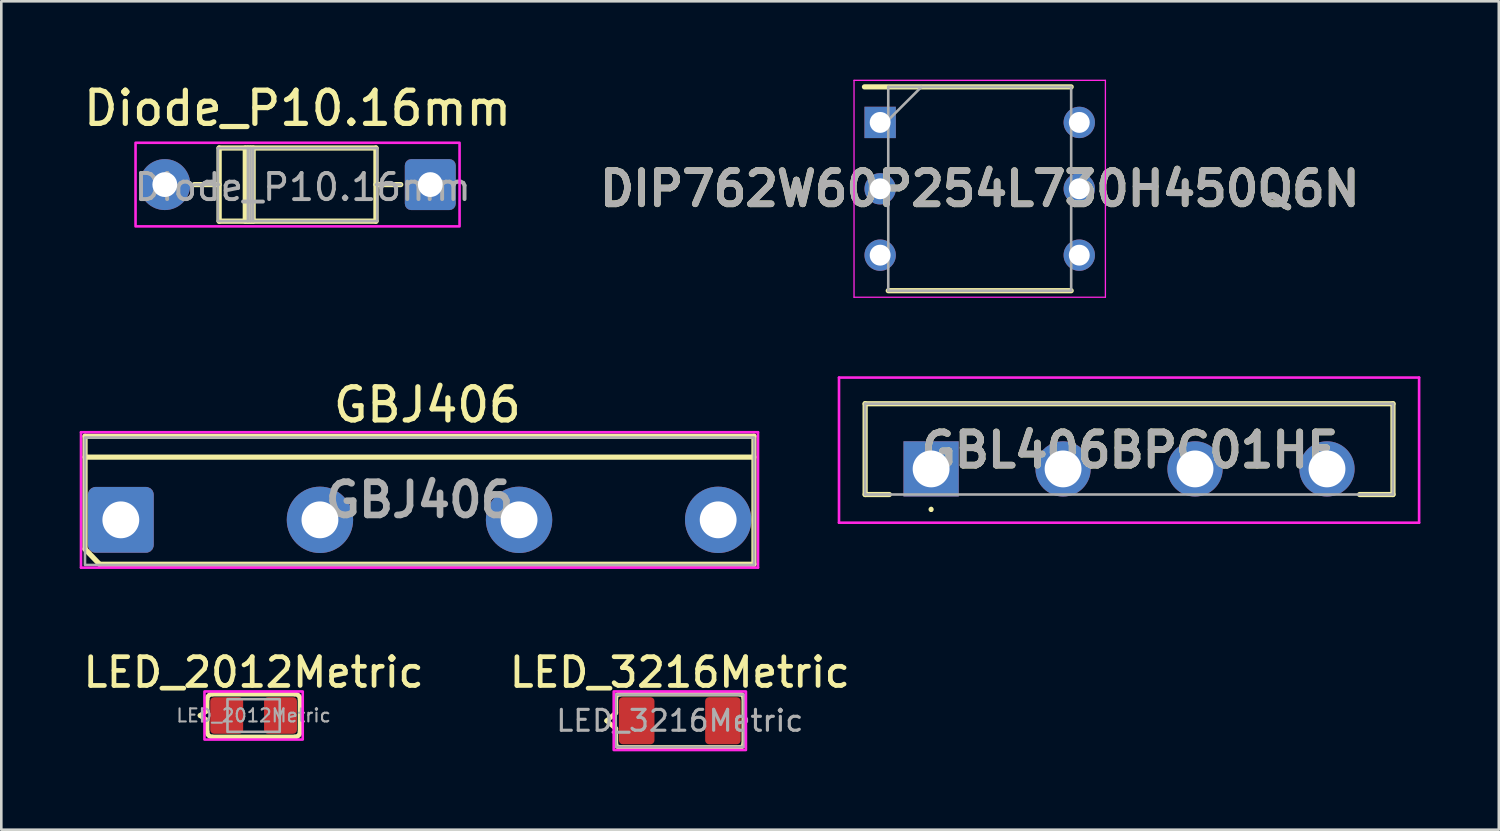
<source format=kicad_pcb>
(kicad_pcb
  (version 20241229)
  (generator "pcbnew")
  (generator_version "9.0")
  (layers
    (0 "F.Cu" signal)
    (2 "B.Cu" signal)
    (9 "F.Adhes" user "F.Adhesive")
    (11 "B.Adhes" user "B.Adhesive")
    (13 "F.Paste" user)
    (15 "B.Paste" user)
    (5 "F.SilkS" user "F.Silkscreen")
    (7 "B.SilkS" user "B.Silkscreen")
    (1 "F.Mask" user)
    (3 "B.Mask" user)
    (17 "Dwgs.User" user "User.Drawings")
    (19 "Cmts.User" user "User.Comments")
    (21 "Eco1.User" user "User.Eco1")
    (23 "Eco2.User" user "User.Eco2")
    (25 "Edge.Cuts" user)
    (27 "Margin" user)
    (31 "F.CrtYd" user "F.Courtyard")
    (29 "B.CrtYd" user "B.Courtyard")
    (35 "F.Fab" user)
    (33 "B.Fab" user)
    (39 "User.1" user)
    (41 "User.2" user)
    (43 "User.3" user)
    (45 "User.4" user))
  (footprint "DIP762W60P254L730H450Q6N"
    (layer "F.Cu")
    (at 34.443 4.175)
    (property "Reference" "DIP762W60P254L730H450Q6N" (at 0 0 0) (layer "F.SilkS") (effects (font (size 1.27 1.27) (thickness 0.254))))
    (attr through_hole)
    (fp_line (start -4.41 -3.9) (end 3.5 -3.9) (stroke (width 0.2) (type solid)) (layer "F.SilkS"))
    (fp_line (start -3.5 3.9) (end 3.5 3.9) (stroke (width 0.2) (type solid)) (layer "F.SilkS"))
    (fp_line (start -4.81 -4.15) (end 4.81 -4.15) (stroke (width 0.05) (type solid)) (layer "F.CrtYd"))
    (fp_line (start -4.81 4.15) (end -4.81 -4.15) (stroke (width 0.05) (type solid)) (layer "F.CrtYd"))
    (fp_line (start 4.81 -4.15) (end 4.81 4.15) (stroke (width 0.05) (type solid)) (layer "F.CrtYd"))
    (fp_line (start 4.81 4.15) (end -4.81 4.15) (stroke (width 0.05) (type solid)) (layer "F.CrtYd"))
    (fp_line (start -3.5 -3.9) (end 3.5 -3.9) (stroke (width 0.1) (type solid)) (layer "F.Fab"))
    (fp_line (start -3.5 -2.63) (end -2.23 -3.9) (stroke (width 0.1) (type solid)) (layer "F.Fab"))
    (fp_line (start -3.5 3.9) (end -3.5 -3.9) (stroke (width 0.1) (type solid)) (layer "F.Fab"))
    (fp_line (start 3.5 -3.9) (end 3.5 3.9) (stroke (width 0.1) (type solid)) (layer "F.Fab"))
    (fp_line (start 3.5 3.9) (end -3.5 3.9) (stroke (width 0.1) (type solid)) (layer "F.Fab"))
    (fp_text user "${REFERENCE}" (at 0 0 0) (layer "F.Fab") (effects (font (size 1.27 1.27) (thickness 0.254))))
    (pad "1" thru_hole rect (at -3.81 -2.54) (size 1.2 1.2) (drill 0.8) (layers "*.Cu" "*.Mask"))
    (pad "2" thru_hole circle (at -3.81 0) (size 1.2 1.2) (drill 0.8) (layers "*.Cu" "*.Mask"))
    (pad "3" thru_hole circle (at -3.81 2.54) (size 1.2 1.2) (drill 0.8) (layers "*.Cu" "*.Mask"))
    (pad "4" thru_hole circle (at 3.81 2.54) (size 1.2 1.2) (drill 0.8) (layers "*.Cu" "*.Mask"))
    (pad "5" thru_hole circle (at 3.81 0) (size 1.2 1.2) (drill 0.8) (layers "*.Cu" "*.Mask"))
    (pad "6" thru_hole circle (at 3.81 -2.54) (size 1.2 1.2) (drill 0.8) (layers "*.Cu" "*.Mask")))
  (footprint "LED_3216Metric"
    (layer "F.Cu")
    (at 22.966 24.532)
    (property "Reference" "LED_3216Metric" (at 0 -1.85 0) (layer "F.SilkS") (effects (font (size 1.1 1.1) (thickness 0.18) (bold yes))))
    (attr smd)
    (fp_line (start -2.8 0) (end -2.45 0.3) (stroke (width 0.18) (type solid)) (layer "F.SilkS"))
    (fp_line (start -2.45 -0.3) (end -2.8 0) (stroke (width 0.18) (type solid)) (layer "F.SilkS"))
    (fp_line (start -2.45 -0.3) (end -2.45 -0.87) (stroke (width 0.18) (type solid)) (layer "F.SilkS"))
    (fp_line (start -2.45 0.3) (end -2.45 0.87) (stroke (width 0.18) (type solid)) (layer "F.SilkS"))
    (fp_line (start -2.3 -1.02) (end 2.3 -1.02) (stroke (width 0.18) (type solid)) (layer "F.SilkS"))
    (fp_line (start -2.3 1.02) (end 2.3 1.02) (stroke (width 0.18) (type solid)) (layer "F.SilkS"))
    (fp_line (start 2.45 -0.87) (end 2.45 0.87) (stroke (width 0.18) (type solid)) (layer "F.SilkS"))
    (fp_arc (start -2.45 -0.87) (mid -2.406066 -0.976066) (end -2.3 -1.02) (stroke (width 0.18) (type solid)) (layer "F.SilkS"))
    (fp_arc (start -2.3 1.02) (mid -2.406066 0.976066) (end -2.45 0.87) (stroke (width 0.18) (type solid)) (layer "F.SilkS"))
    (fp_arc (start 2.3 -1.02) (mid 2.406066 -0.976066) (end 2.45 -0.87) (stroke (width 0.18) (type solid)) (layer "F.SilkS"))
    (fp_arc (start 2.45 0.87) (mid 2.406066 0.976066) (end 2.3 1.02) (stroke (width 0.18) (type solid)) (layer "F.SilkS"))
    (fp_rect (start -2.53 -1.12) (end 2.53 1.12) (stroke (width 0.1) (type solid)) (fill no) (layer "F.CrtYd"))
    (fp_rect (start -2.45 -1) (end 2.45 1) (stroke (width 0.1) (type solid)) (fill no) (layer "F.Fab"))
    (fp_text user "${REFERENCE}" (at 0 0 0) (layer "F.Fab") (effects (font (size 0.8 0.8) (thickness 0.12))))
    (pad "1" smd roundrect (at -1.65 0) (size 1.36 1.8) (layers "F.Cu" "F.Mask" "F.Paste") (roundrect_rratio 0.11))
    (pad "2" smd roundrect (at 1.65 0) (size 1.36 1.8) (layers "F.Cu" "F.Mask" "F.Paste") (roundrect_rratio 0.11)))
  (footprint "LED_2012Metric"
    (layer "F.Cu")
    (at 6.655 24.332)
    (property "Reference" "LED_2012Metric" (at 0 -1.65 0) (layer "F.SilkS") (effects (font (size 1.1 1.1) (thickness 0.18) (bold yes))))
    (attr smd)
    (fp_line (start -2.05 0) (end -1.78 0.18) (stroke (width 0.18) (type solid)) (layer "F.SilkS"))
    (fp_line (start -1.78 -0.62) (end -1.78 -0.18) (stroke (width 0.18) (type solid)) (layer "F.SilkS"))
    (fp_line (start -1.78 -0.18) (end -2.05 0) (stroke (width 0.18) (type solid)) (layer "F.SilkS"))
    (fp_line (start -1.78 0.62) (end -1.78 0.18) (stroke (width 0.18) (type solid)) (layer "F.SilkS"))
    (fp_line (start -1.58 -0.82) (end 1.58 -0.82) (stroke (width 0.18) (type solid)) (layer "F.SilkS"))
    (fp_line (start -1.58 0.82) (end 1.58 0.82) (stroke (width 0.18) (type solid)) (layer "F.SilkS"))
    (fp_line (start 1.78 -0.62) (end 1.78 0.62) (stroke (width 0.18) (type solid)) (layer "F.SilkS"))
    (fp_arc (start -1.78 -0.62) (mid -1.721421 -0.761421) (end -1.58 -0.82) (stroke (width 0.18) (type solid)) (layer "F.SilkS"))
    (fp_arc (start -1.58 0.82) (mid -1.721421 0.761421) (end -1.78 0.62) (stroke (width 0.18) (type solid)) (layer "F.SilkS"))
    (fp_arc (start 1.58 -0.82) (mid 1.721421 -0.761421) (end 1.78 -0.62) (stroke (width 0.18) (type solid)) (layer "F.SilkS"))
    (fp_arc (start 1.78 0.62) (mid 1.721421 0.761421) (end 1.58 0.82) (stroke (width 0.18) (type solid)) (layer "F.SilkS"))
    (fp_rect (start -1.88 -0.92) (end 1.88 0.92) (stroke (width 0.1) (type solid)) (fill no) (layer "F.CrtYd"))
    (fp_rect (start -1 -0.625) (end 1 0.625) (stroke (width 0.1) (type solid)) (fill no) (layer "F.Fab"))
    (fp_text user "${REFERENCE}" (at 0 0 0) (layer "F.Fab") (effects (font (size 0.5 0.5) (thickness 0.08))))
    (pad "1" smd roundrect (at -1.03 0) (size 1.26 1.4) (layers "F.Cu" "F.Mask" "F.Paste") (roundrect_rratio 0.119))
    (pad "2" smd roundrect (at 1.03 0) (size 1.26 1.4) (layers "F.Cu" "F.Mask" "F.Paste") (roundrect_rratio 0.119)))
  (footprint "Diode_P10.16mm"
    (layer "F.Cu")
    (at 8.337 4.014)
    (property "Reference" "Diode_P10.16mm" (at 0 -2.92 0) (layer "F.SilkS") (effects (font (size 1.27 1.27) (thickness 0.2))))
    (attr through_hole)
    (fp_line (start -3.95 0) (end -3 0) (stroke (width 0.2) (type solid)) (layer "F.SilkS"))
    (fp_line (start -3 -1.4) (end -3 1.4) (stroke (width 0.2) (type default)) (layer "F.SilkS"))
    (fp_line (start -3 -1.4) (end 3 -1.4) (stroke (width 0.2) (type solid)) (layer "F.SilkS"))
    (fp_line (start -3 1.4) (end 3 1.4) (stroke (width 0.2) (type solid)) (layer "F.SilkS"))
    (fp_line (start -2 -1.4) (end -2 1.4) (stroke (width 0.2) (type solid)) (layer "F.SilkS"))
    (fp_line (start -1.9 -1.4) (end -1.9 1.4) (stroke (width 0.2) (type solid)) (layer "F.SilkS"))
    (fp_line (start -1.8 -1.4) (end -1.8 1.4) (stroke (width 0.2) (type solid)) (layer "F.SilkS"))
    (fp_line (start -1.7 -1.4) (end -1.7 1.4) (stroke (width 0.2) (type solid)) (layer "F.SilkS"))
    (fp_line (start 3 -1.4) (end 3 1.4) (stroke (width 0.2) (type default)) (layer "F.SilkS"))
    (fp_line (start 3 0) (end 3.95 0) (stroke (width 0.2) (type solid)) (layer "F.SilkS"))
    (fp_rect (start -6.2 -1.6) (end 6.2 1.6) (stroke (width 0.1) (type solid)) (fill no) (layer "F.CrtYd"))
    (fp_line (start -3.95 0) (end -3 0) (stroke (width 0.1) (type solid)) (layer "F.Fab"))
    (fp_line (start -1.9 -1.397) (end -1.9 1.397) (stroke (width 0.1) (type solid)) (layer "F.Fab"))
    (fp_line (start -1.8 -1.397) (end -1.8 1.397) (stroke (width 0.1) (type solid)) (layer "F.Fab"))
    (fp_line (start -1.7 -1.397) (end -1.7 1.397) (stroke (width 0.1) (type solid)) (layer "F.Fab"))
    (fp_line (start 3 0) (end 3.95 0) (stroke (width 0.1) (type solid)) (layer "F.Fab"))
    (fp_rect (start -3.048 -1.397) (end 3.048 1.397) (stroke (width 0.1) (type solid)) (fill no) (layer "F.Fab"))
    (fp_text user "${REFERENCE}" (at 0.2 0.1 0) (layer "F.Fab") (effects (font (size 1 1) (thickness 0.15))))
    (pad "1" thru_hole circle (at -5.08 0) (size 1.95 1.95) (drill 0.95) (layers "*.Cu" "*.Mask"))
    (pad "2" thru_hole roundrect (at 5.08 0) (size 1.95 1.95) (drill 0.95) (layers "*.Cu" "*.Mask") (roundrect_rratio 0.125)))
  (footprint "GBL406BPC01HF"
    (layer "F.Cu")
    (at 32.583 14.895)
    (property "Reference" "GBL406BPC01HF" (at 7.575 -0.719 0) (layer "F.SilkS") (effects (font (size 1.27 1.27) (thickness 0.254))))
    (attr through_hole)
    (fp_line (start -2.525 -2.495) (end 17.675 -2.495) (stroke (width 0.2) (type solid)) (layer "F.SilkS"))
    (fp_line (start -2.525 0.98) (end -2.525 -2.495) (stroke (width 0.2) (type solid)) (layer "F.SilkS"))
    (fp_line (start -1.6 0.98) (end -2.525 0.98) (stroke (width 0.2) (type solid)) (layer "F.SilkS"))
    (fp_line (start 0 1.5) (end 0 1.5) (stroke (width 0.1) (type solid)) (layer "F.SilkS"))
    (fp_line (start 0 1.6) (end 0 1.6) (stroke (width 0.1) (type solid)) (layer "F.SilkS"))
    (fp_line (start 17.675 -2.495) (end 17.675 0.98) (stroke (width 0.2) (type solid)) (layer "F.SilkS"))
    (fp_line (start 17.675 0.98) (end 16.4 0.98) (stroke (width 0.2) (type solid)) (layer "F.SilkS"))
    (fp_arc (start 0 1.5) (mid 0.05 1.55) (end 0 1.6) (stroke (width 0.1) (type solid)) (layer "F.SilkS"))
    (fp_arc (start 0 1.6) (mid -0.05 1.55) (end 0 1.5) (stroke (width 0.1) (type solid)) (layer "F.SilkS"))
    (fp_line (start -3.525 -3.495) (end 18.675 -3.495) (stroke (width 0.1) (type solid)) (layer "F.CrtYd"))
    (fp_line (start -3.525 2.058) (end -3.525 -3.495) (stroke (width 0.1) (type solid)) (layer "F.CrtYd"))
    (fp_line (start 18.675 -3.495) (end 18.675 2.058) (stroke (width 0.1) (type solid)) (layer "F.CrtYd"))
    (fp_line (start 18.675 2.058) (end -3.525 2.058) (stroke (width 0.1) (type solid)) (layer "F.CrtYd"))
    (fp_line (start -2.525 -2.495) (end -2.525 0.98) (stroke (width 0.1) (type solid)) (layer "F.Fab"))
    (fp_line (start -2.525 0.98) (end 17.675 0.98) (stroke (width 0.1) (type solid)) (layer "F.Fab"))
    (fp_line (start 17.675 -2.495) (end -2.525 -2.495) (stroke (width 0.1) (type solid)) (layer "F.Fab"))
    (fp_line (start 17.675 0.98) (end 17.675 -2.495) (stroke (width 0.1) (type solid)) (layer "F.Fab"))
    (fp_text user "${REFERENCE}" (at 7.575 -0.719 0) (layer "F.Fab") (effects (font (size 1.27 1.27) (thickness 0.254))))
    (pad "1" thru_hole rect (at 0 0) (size 2.115 2.115) (drill 1.41) (layers "*.Cu" "*.Mask"))
    (pad "2" thru_hole circle (at 5.05 0) (size 2.115 2.115) (drill 1.41) (layers "*.Cu" "*.Mask"))
    (pad "3" thru_hole circle (at 10.1 0) (size 2.115 2.115) (drill 1.41) (layers "*.Cu" "*.Mask"))
    (pad "4" thru_hole circle (at 15.15 0) (size 2.115 2.115) (drill 1.41) (layers "*.Cu" "*.Mask")))
  (footprint "GBJ406"
    (layer "F.Cu")
    (at 13.004 16.844)
    (property "Reference" "GBJ406" (at 0.3 -4.4 0) (layer "F.SilkS") (effects (font (size 1.27 1.27) (thickness 0.2))))
    (attr through_hole)
    (fp_line (start -12.8 -3.2) (end 12.8 -3.2) (stroke (width 0.2) (type solid)) (layer "F.SilkS"))
    (fp_line (start -12.8 -2.4) (end 12.8 -2.4) (stroke (width 0.2) (type solid)) (layer "F.SilkS"))
    (fp_line (start -12.8 1.118) (end -12.8 -3.2) (stroke (width 0.2) (type solid)) (layer "F.SilkS"))
    (fp_line (start -12.243 1.7) (end -12.8 1.118) (stroke (width 0.2) (type solid)) (layer "F.SilkS"))
    (fp_line (start 12.8 1.7) (end -12.243 1.7) (stroke (width 0.2) (type solid)) (layer "F.SilkS"))
    (fp_line (start 12.8 1.7) (end 12.8 -3.2) (stroke (width 0.2) (type solid)) (layer "F.SilkS"))
    (fp_line (start -12.954 -3.353) (end 12.954 -3.353) (stroke (width 0.1) (type solid)) (layer "F.CrtYd"))
    (fp_line (start -12.954 1.829) (end -12.954 -3.353) (stroke (width 0.1) (type solid)) (layer "F.CrtYd"))
    (fp_line (start 12.954 -3.353) (end 12.954 1.829) (stroke (width 0.1) (type solid)) (layer "F.CrtYd"))
    (fp_line (start 12.954 1.829) (end -12.954 1.829) (stroke (width 0.1) (type solid)) (layer "F.CrtYd"))
    (fp_rect (start -12.802 -3.15) (end 12.802 1.727) (stroke (width 0.1) (type default)) (fill no) (layer "F.Fab"))
    (fp_text user "${REFERENCE}" (at 0 -0.762 0) (layer "F.Fab") (effects (font (size 1.27 1.27) (thickness 0.254))))
    (pad "1" thru_hole roundrect (at -11.43 0) (size 2.52 2.52) (drill 1.41) (layers "*.Cu" "*.Mask") (roundrect_rratio 0.118))
    (pad "2" thru_hole circle (at -3.81 0) (size 2.54 2.54) (drill 1.41) (layers "*.Cu" "*.Mask"))
    (pad "3" thru_hole circle (at 3.81 0) (size 2.54 2.54) (drill 1.41) (layers "*.Cu" "*.Mask"))
    (pad "4" thru_hole circle (at 11.43 0) (size 2.54 2.54) (drill 1.41) (layers "*.Cu" "*.Mask")))
  (gr_rect
    (start -3 -3)
    (end 54.308 28.702)
    (stroke (width 0.1) (type default))
    (fill no)
    (layer "Edge.Cuts")))
</source>
